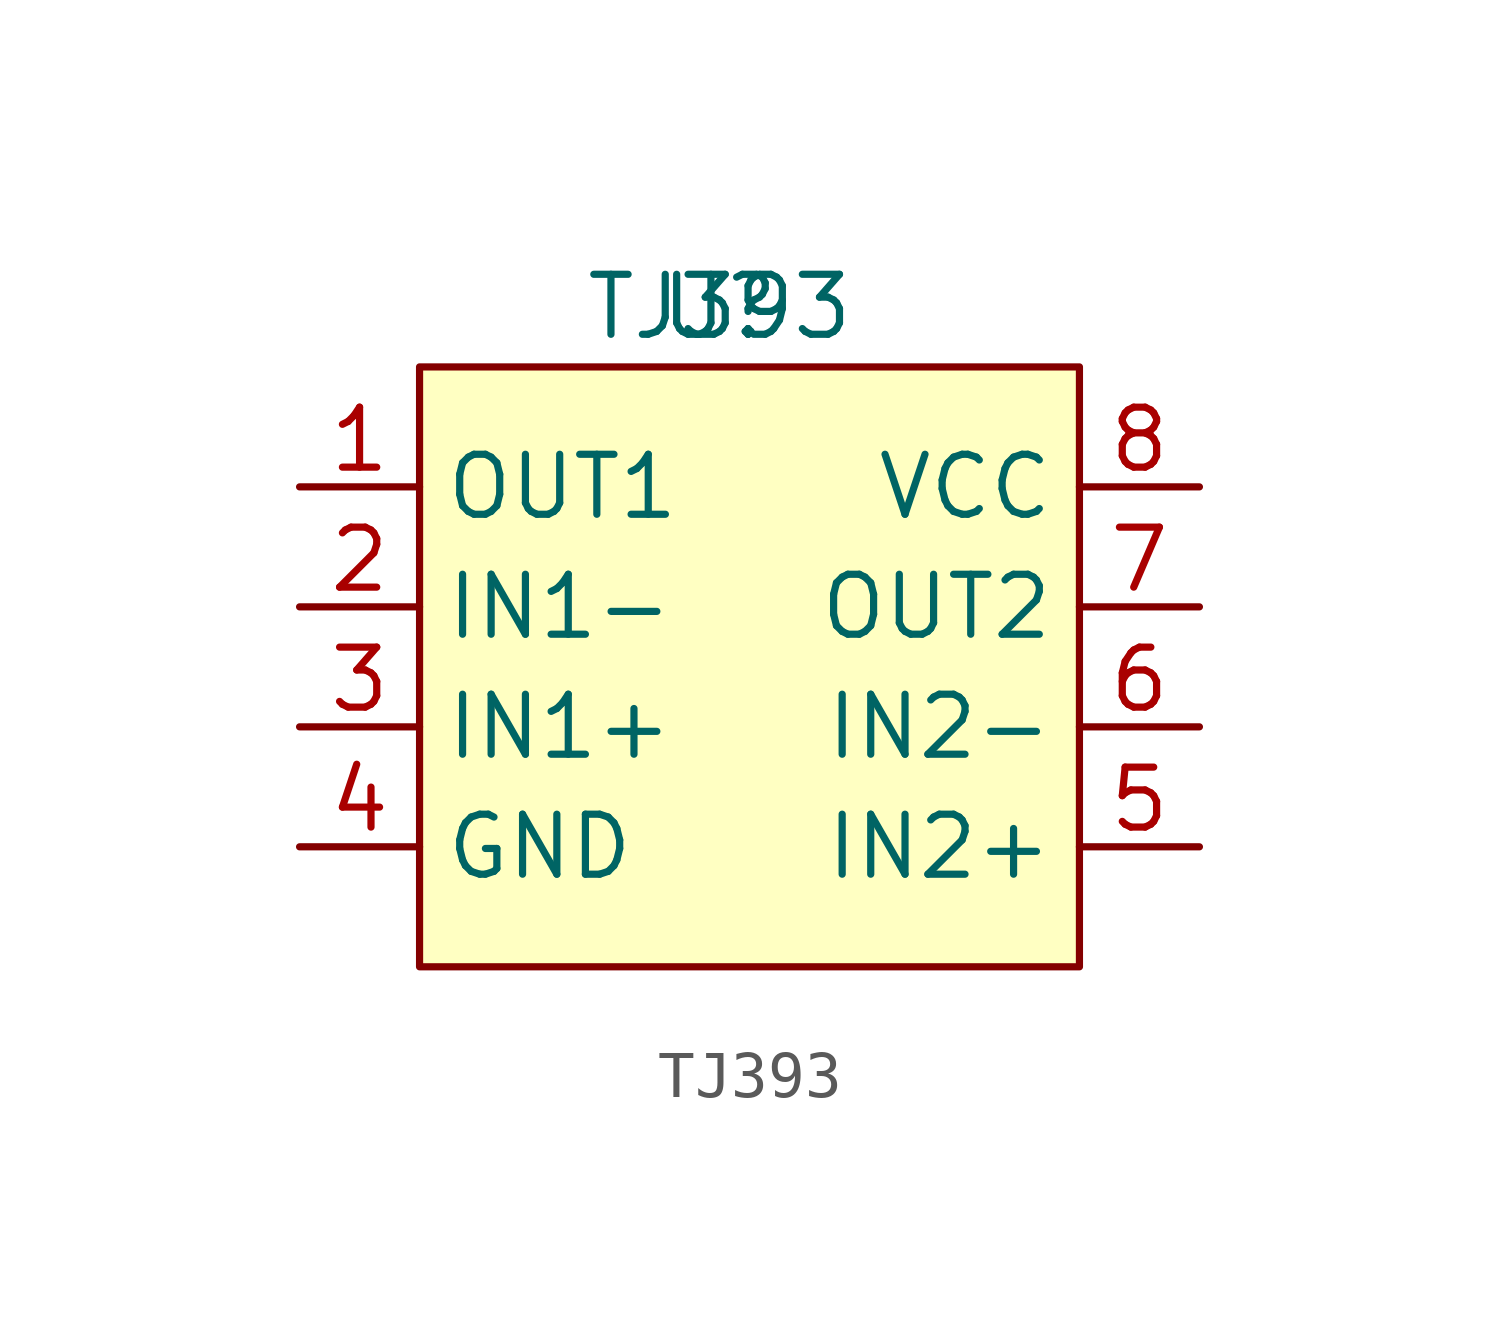
<source format=kicad_sym>
(kicad_symbol_lib
  (version 20211014)
  (generator kicad_symbol_editor)
  (symbol "TJ393"
    (property "Reference" "U"
      (at 0 0 0)
      (effects (font (size 1.27 1.27))))
    (property "Value" "TJ393"
      (at 0 0 0)
      (effects (font (size 1.27 1.27))))
    (symbol "TJ393_0_1"
      (rectangle (start -6.35 -1.27) (end 7.62 -13.97) (stroke (width 0) (type default) (color 0 0 0 0)) (fill (type background))))
    (symbol "TJ393_1_1"
      (pin output line (at -8.89 -3.81 0) (length 2.54) (name "OUT1" (effects (font (size 1.27 1.27)))) (number "1" (effects (font (size 1.27 1.27)))))
      (pin input line (at -8.89 -6.35 0) (length 2.54) (name "IN1-" (effects (font (size 1.27 1.27)))) (number "2" (effects (font (size 1.27 1.27)))))
      (pin input line (at -8.89 -8.89 0) (length 2.54) (name "IN1+" (effects (font (size 1.27 1.27)))) (number "3" (effects (font (size 1.27 1.27)))))
      (pin power_in line (at -8.89 -11.43 0) (length 2.54) (name "GND" (effects (font (size 1.27 1.27)))) (number "4" (effects (font (size 1.27 1.27)))))
      (pin input line (at 10.16 -11.43 180) (length 2.54) (name "IN2+" (effects (font (size 1.27 1.27)))) (number "5" (effects (font (size 1.27 1.27)))))
      (pin input line (at 10.16 -8.89 180) (length 2.54) (name "IN2-" (effects (font (size 1.27 1.27)))) (number "6" (effects (font (size 1.27 1.27)))))
      (pin output line (at 10.16 -6.35 180) (length 2.54) (name "OUT2" (effects (font (size 1.27 1.27)))) (number "7" (effects (font (size 1.27 1.27)))))
      (pin power_in line (at 10.16 -3.81 180) (length 2.54) (name "VCC" (effects (font (size 1.27 1.27)))) (number "8" (effects (font (size 1.27 1.27))))))))
</source>
